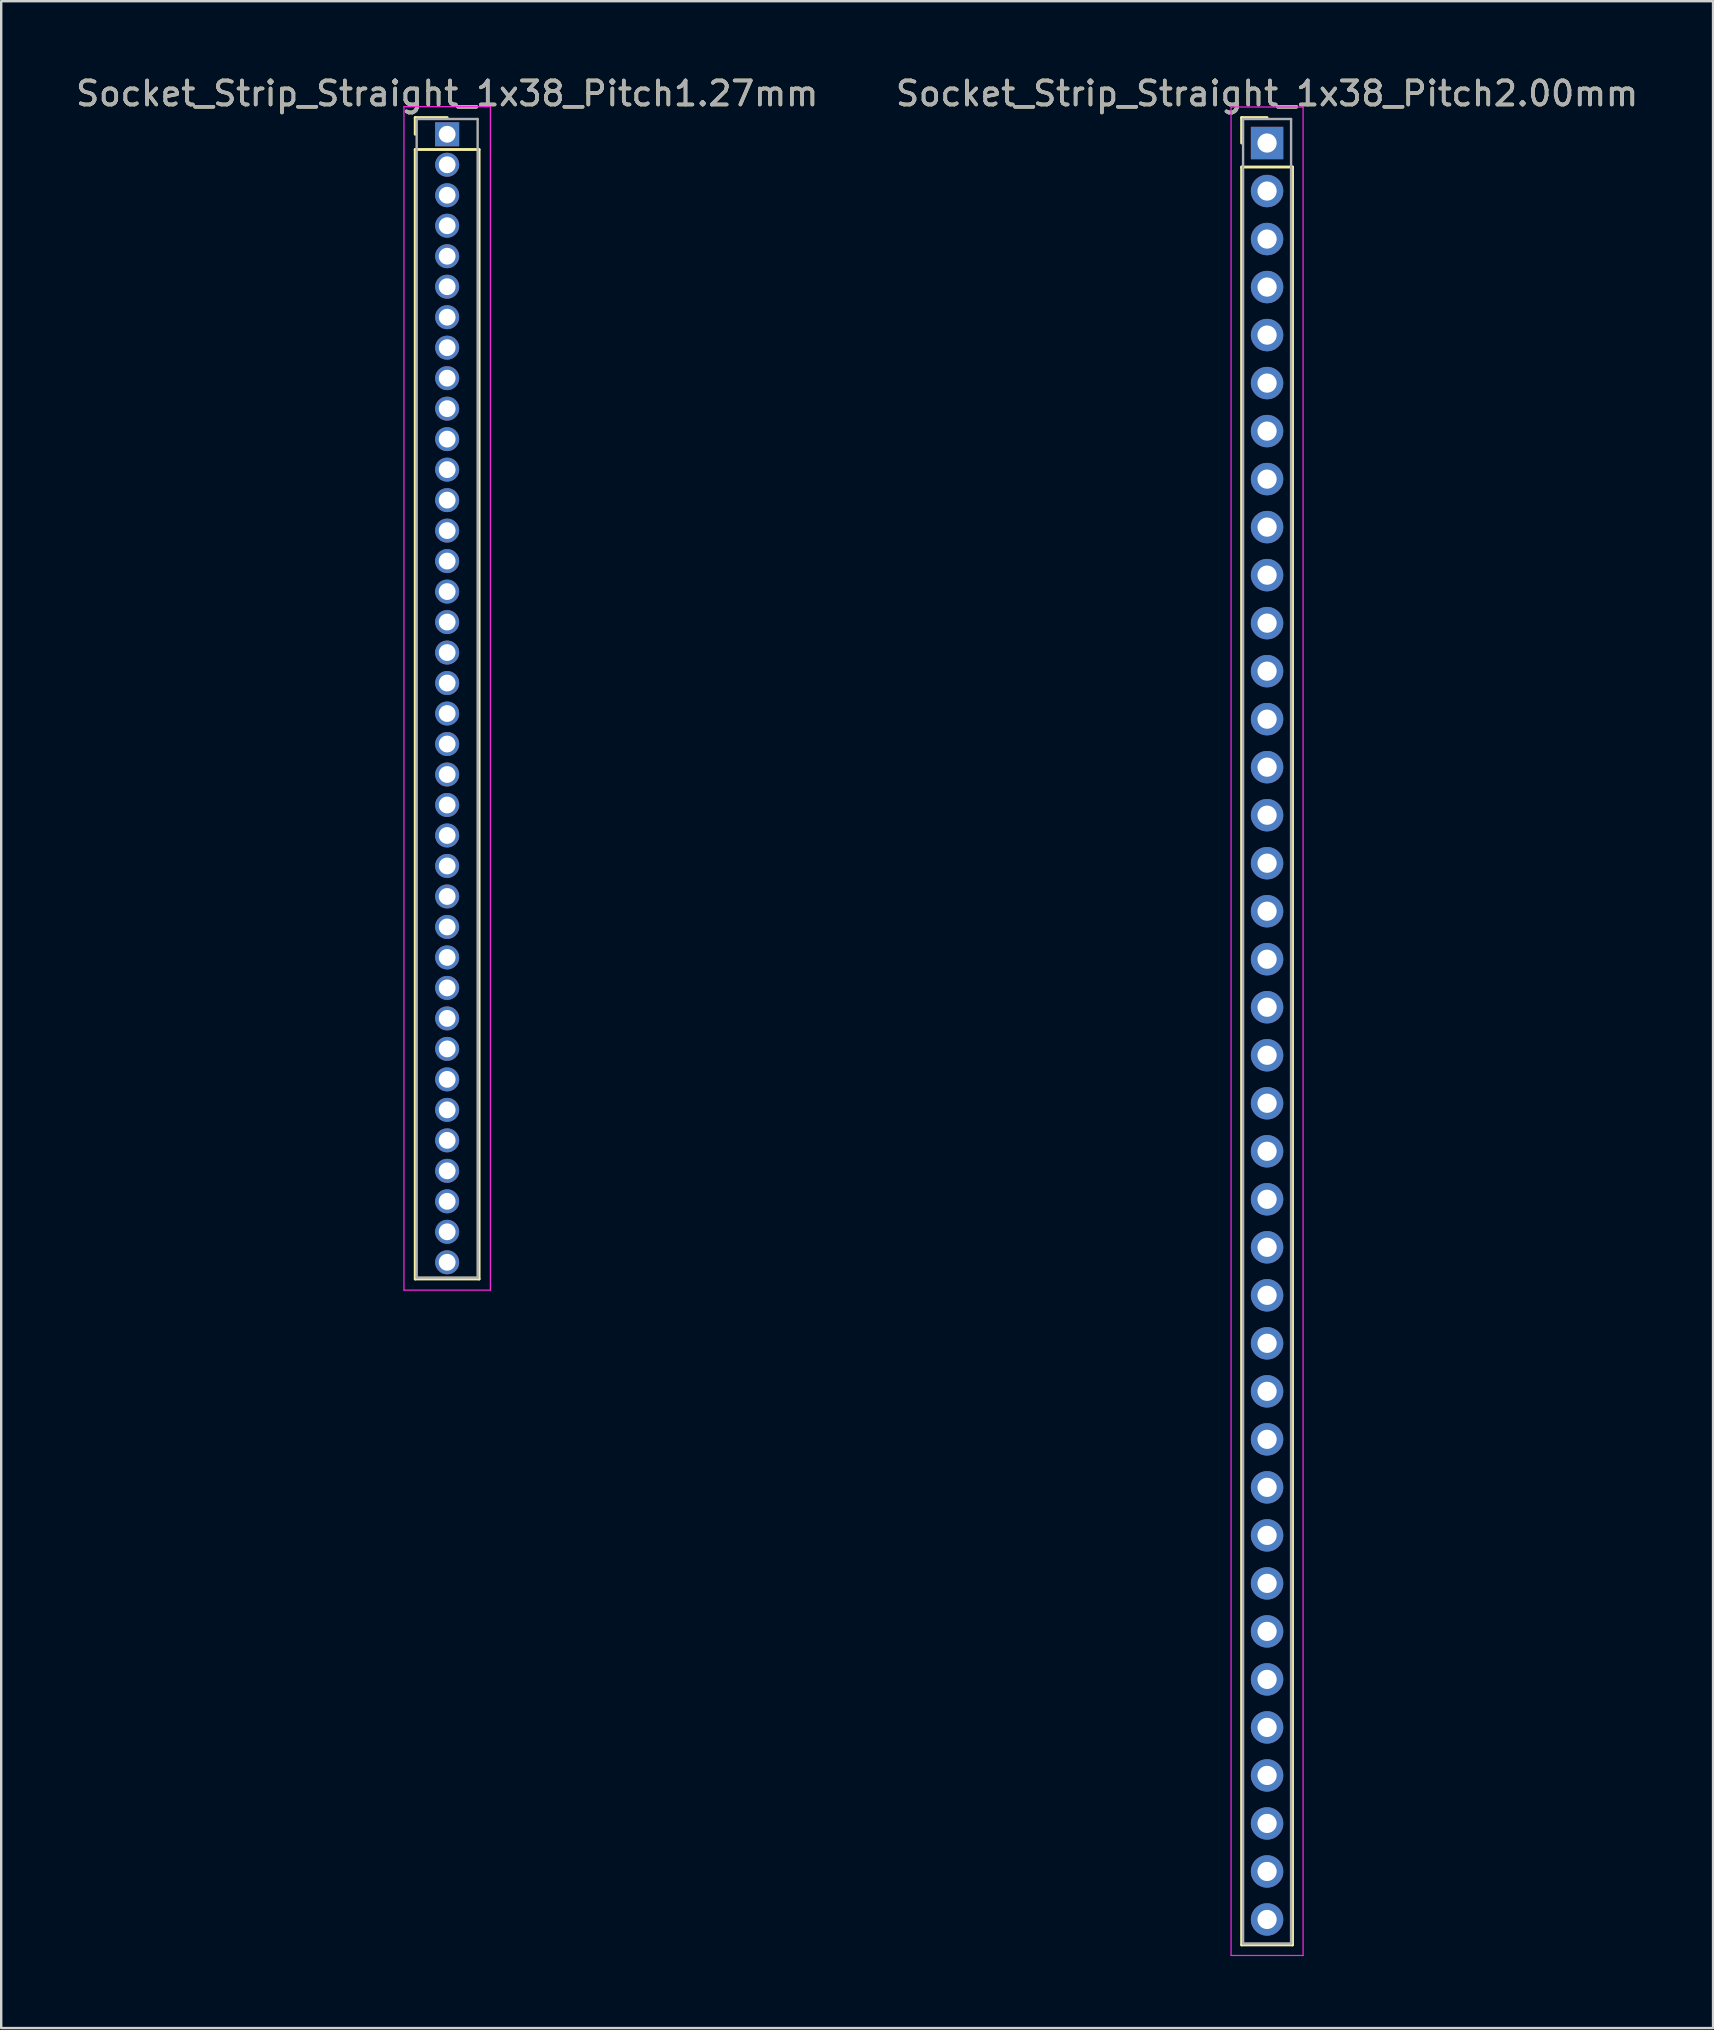
<source format=kicad_pcb>
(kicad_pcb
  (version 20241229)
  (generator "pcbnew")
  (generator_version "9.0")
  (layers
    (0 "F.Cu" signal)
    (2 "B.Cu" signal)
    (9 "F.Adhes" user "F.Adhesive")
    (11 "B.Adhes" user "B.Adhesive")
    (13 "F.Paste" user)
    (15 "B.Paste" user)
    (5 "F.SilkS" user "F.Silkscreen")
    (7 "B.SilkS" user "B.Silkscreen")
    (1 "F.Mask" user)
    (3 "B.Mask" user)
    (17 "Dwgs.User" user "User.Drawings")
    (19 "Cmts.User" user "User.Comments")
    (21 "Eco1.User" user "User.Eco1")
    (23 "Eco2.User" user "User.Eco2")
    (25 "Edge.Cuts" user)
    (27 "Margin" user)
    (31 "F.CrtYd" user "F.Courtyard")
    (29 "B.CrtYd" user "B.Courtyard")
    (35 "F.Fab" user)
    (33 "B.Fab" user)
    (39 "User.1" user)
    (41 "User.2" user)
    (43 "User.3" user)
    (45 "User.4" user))
  (footprint "Socket_Strip_Straight_1x38_Pitch2.00mm"
    (layer "F.Cu")
    (at 49.732 2.908)
    (property "Reference" "Socket_Strip_Straight_1x38_Pitch2.00mm" (at 0 -2.06 0) (layer "F.SilkS") (effects (font (size 1 1) (thickness 0.15))))
    (attr through_hole)
    (fp_line (start -1.06 -1.06) (end 0 -1.06) (stroke (width 0.12) (type solid)) (layer "F.SilkS"))
    (fp_line (start -1.06 0) (end -1.06 -1.06) (stroke (width 0.12) (type solid)) (layer "F.SilkS"))
    (fp_line (start -1.06 1) (end -1.06 75.06) (stroke (width 0.12) (type solid)) (layer "F.SilkS"))
    (fp_line (start -1.06 75.06) (end 1.06 75.06) (stroke (width 0.12) (type solid)) (layer "F.SilkS"))
    (fp_line (start 1.06 1) (end -1.06 1) (stroke (width 0.12) (type solid)) (layer "F.SilkS"))
    (fp_line (start 1.06 75.06) (end 1.06 1) (stroke (width 0.12) (type solid)) (layer "F.SilkS"))
    (fp_line (start -1.5 -1.5) (end -1.5 75.5) (stroke (width 0.05) (type solid)) (layer "F.CrtYd"))
    (fp_line (start -1.5 75.5) (end 1.5 75.5) (stroke (width 0.05) (type solid)) (layer "F.CrtYd"))
    (fp_line (start 1.5 -1.5) (end -1.5 -1.5) (stroke (width 0.05) (type solid)) (layer "F.CrtYd"))
    (fp_line (start 1.5 75.5) (end 1.5 -1.5) (stroke (width 0.05) (type solid)) (layer "F.CrtYd"))
    (fp_line (start -1 -1) (end -1 75) (stroke (width 0.1) (type solid)) (layer "F.Fab"))
    (fp_line (start -1 75) (end 1 75) (stroke (width 0.1) (type solid)) (layer "F.Fab"))
    (fp_line (start 1 -1) (end -1 -1) (stroke (width 0.1) (type solid)) (layer "F.Fab"))
    (fp_line (start 1 75) (end 1 -1) (stroke (width 0.1) (type solid)) (layer "F.Fab"))
    (fp_text user "${REFERENCE}" (at 0 -2.06 0) (layer "F.Fab") (effects (font (size 1 1) (thickness 0.15))))
    (pad "1" thru_hole rect (at 0 0) (size 1.35 1.35) (drill 0.8) (layers "*.Cu" "*.Mask"))
    (pad "2" thru_hole oval (at 0 2) (size 1.35 1.35) (drill 0.8) (layers "*.Cu" "*.Mask"))
    (pad "3" thru_hole oval (at 0 4) (size 1.35 1.35) (drill 0.8) (layers "*.Cu" "*.Mask"))
    (pad "4" thru_hole oval (at 0 6) (size 1.35 1.35) (drill 0.8) (layers "*.Cu" "*.Mask"))
    (pad "5" thru_hole oval (at 0 8) (size 1.35 1.35) (drill 0.8) (layers "*.Cu" "*.Mask"))
    (pad "6" thru_hole oval (at 0 10) (size 1.35 1.35) (drill 0.8) (layers "*.Cu" "*.Mask"))
    (pad "7" thru_hole oval (at 0 12) (size 1.35 1.35) (drill 0.8) (layers "*.Cu" "*.Mask"))
    (pad "8" thru_hole oval (at 0 14) (size 1.35 1.35) (drill 0.8) (layers "*.Cu" "*.Mask"))
    (pad "9" thru_hole oval (at 0 16) (size 1.35 1.35) (drill 0.8) (layers "*.Cu" "*.Mask"))
    (pad "10" thru_hole oval (at 0 18) (size 1.35 1.35) (drill 0.8) (layers "*.Cu" "*.Mask"))
    (pad "11" thru_hole oval (at 0 20) (size 1.35 1.35) (drill 0.8) (layers "*.Cu" "*.Mask"))
    (pad "12" thru_hole oval (at 0 22) (size 1.35 1.35) (drill 0.8) (layers "*.Cu" "*.Mask"))
    (pad "13" thru_hole oval (at 0 24) (size 1.35 1.35) (drill 0.8) (layers "*.Cu" "*.Mask"))
    (pad "14" thru_hole oval (at 0 26) (size 1.35 1.35) (drill 0.8) (layers "*.Cu" "*.Mask"))
    (pad "15" thru_hole oval (at 0 28) (size 1.35 1.35) (drill 0.8) (layers "*.Cu" "*.Mask"))
    (pad "16" thru_hole oval (at 0 30) (size 1.35 1.35) (drill 0.8) (layers "*.Cu" "*.Mask"))
    (pad "17" thru_hole oval (at 0 32) (size 1.35 1.35) (drill 0.8) (layers "*.Cu" "*.Mask"))
    (pad "18" thru_hole oval (at 0 34) (size 1.35 1.35) (drill 0.8) (layers "*.Cu" "*.Mask"))
    (pad "19" thru_hole oval (at 0 36) (size 1.35 1.35) (drill 0.8) (layers "*.Cu" "*.Mask"))
    (pad "20" thru_hole oval (at 0 38) (size 1.35 1.35) (drill 0.8) (layers "*.Cu" "*.Mask"))
    (pad "21" thru_hole oval (at 0 40) (size 1.35 1.35) (drill 0.8) (layers "*.Cu" "*.Mask"))
    (pad "22" thru_hole oval (at 0 42) (size 1.35 1.35) (drill 0.8) (layers "*.Cu" "*.Mask"))
    (pad "23" thru_hole oval (at 0 44) (size 1.35 1.35) (drill 0.8) (layers "*.Cu" "*.Mask"))
    (pad "24" thru_hole oval (at 0 46) (size 1.35 1.35) (drill 0.8) (layers "*.Cu" "*.Mask"))
    (pad "25" thru_hole oval (at 0 48) (size 1.35 1.35) (drill 0.8) (layers "*.Cu" "*.Mask"))
    (pad "26" thru_hole oval (at 0 50) (size 1.35 1.35) (drill 0.8) (layers "*.Cu" "*.Mask"))
    (pad "27" thru_hole oval (at 0 52) (size 1.35 1.35) (drill 0.8) (layers "*.Cu" "*.Mask"))
    (pad "28" thru_hole oval (at 0 54) (size 1.35 1.35) (drill 0.8) (layers "*.Cu" "*.Mask"))
    (pad "29" thru_hole oval (at 0 56) (size 1.35 1.35) (drill 0.8) (layers "*.Cu" "*.Mask"))
    (pad "30" thru_hole oval (at 0 58) (size 1.35 1.35) (drill 0.8) (layers "*.Cu" "*.Mask"))
    (pad "31" thru_hole oval (at 0 60) (size 1.35 1.35) (drill 0.8) (layers "*.Cu" "*.Mask"))
    (pad "32" thru_hole oval (at 0 62) (size 1.35 1.35) (drill 0.8) (layers "*.Cu" "*.Mask"))
    (pad "33" thru_hole oval (at 0 64) (size 1.35 1.35) (drill 0.8) (layers "*.Cu" "*.Mask"))
    (pad "34" thru_hole oval (at 0 66) (size 1.35 1.35) (drill 0.8) (layers "*.Cu" "*.Mask"))
    (pad "35" thru_hole oval (at 0 68) (size 1.35 1.35) (drill 0.8) (layers "*.Cu" "*.Mask"))
    (pad "36" thru_hole oval (at 0 70) (size 1.35 1.35) (drill 0.8) (layers "*.Cu" "*.Mask"))
    (pad "37" thru_hole oval (at 0 72) (size 1.35 1.35) (drill 0.8) (layers "*.Cu" "*.Mask"))
    (pad "38" thru_hole oval (at 0 74) (size 1.35 1.35) (drill 0.8) (layers "*.Cu" "*.Mask")))
  (footprint "Socket_Strip_Straight_1x38_Pitch1.27mm"
    (layer "F.Cu")
    (at 15.577 2.543)
    (property "Reference" "Socket_Strip_Straight_1x38_Pitch1.27mm" (at 0 -1.695 0) (layer "F.SilkS") (effects (font (size 1 1) (thickness 0.15))))
    (attr through_hole)
    (fp_line (start -1.33 -0.695) (end 0 -0.695) (stroke (width 0.12) (type solid)) (layer "F.SilkS"))
    (fp_line (start -1.33 0) (end -1.33 -0.695) (stroke (width 0.12) (type solid)) (layer "F.SilkS"))
    (fp_line (start -1.33 0.635) (end -1.33 47.685) (stroke (width 0.12) (type solid)) (layer "F.SilkS"))
    (fp_line (start -1.33 47.685) (end 1.33 47.685) (stroke (width 0.12) (type solid)) (layer "F.SilkS"))
    (fp_line (start 1.33 0.635) (end -1.33 0.635) (stroke (width 0.12) (type solid)) (layer "F.SilkS"))
    (fp_line (start 1.33 47.685) (end 1.33 0.635) (stroke (width 0.12) (type solid)) (layer "F.SilkS"))
    (fp_line (start -1.8 -1.15) (end -1.8 48.15) (stroke (width 0.05) (type solid)) (layer "F.CrtYd"))
    (fp_line (start -1.8 48.15) (end 1.8 48.15) (stroke (width 0.05) (type solid)) (layer "F.CrtYd"))
    (fp_line (start 1.8 -1.15) (end -1.8 -1.15) (stroke (width 0.05) (type solid)) (layer "F.CrtYd"))
    (fp_line (start 1.8 48.15) (end 1.8 -1.15) (stroke (width 0.05) (type solid)) (layer "F.CrtYd"))
    (fp_line (start -1.27 -0.635) (end -1.27 47.625) (stroke (width 0.1) (type solid)) (layer "F.Fab"))
    (fp_line (start -1.27 47.625) (end 1.27 47.625) (stroke (width 0.1) (type solid)) (layer "F.Fab"))
    (fp_line (start 1.27 -0.635) (end -1.27 -0.635) (stroke (width 0.1) (type solid)) (layer "F.Fab"))
    (fp_line (start 1.27 47.625) (end 1.27 -0.635) (stroke (width 0.1) (type solid)) (layer "F.Fab"))
    (fp_text user "${REFERENCE}" (at 0 -1.695 0) (layer "F.Fab") (effects (font (size 1 1) (thickness 0.15))))
    (pad "1" thru_hole rect (at 0 0) (size 1 1) (drill 0.7) (layers "*.Cu" "*.Mask"))
    (pad "2" thru_hole oval (at 0 1.27) (size 1 1) (drill 0.7) (layers "*.Cu" "*.Mask"))
    (pad "3" thru_hole oval (at 0 2.54) (size 1 1) (drill 0.7) (layers "*.Cu" "*.Mask"))
    (pad "4" thru_hole oval (at 0 3.81) (size 1 1) (drill 0.7) (layers "*.Cu" "*.Mask"))
    (pad "5" thru_hole oval (at 0 5.08) (size 1 1) (drill 0.7) (layers "*.Cu" "*.Mask"))
    (pad "6" thru_hole oval (at 0 6.35) (size 1 1) (drill 0.7) (layers "*.Cu" "*.Mask"))
    (pad "7" thru_hole oval (at 0 7.62) (size 1 1) (drill 0.7) (layers "*.Cu" "*.Mask"))
    (pad "8" thru_hole oval (at 0 8.89) (size 1 1) (drill 0.7) (layers "*.Cu" "*.Mask"))
    (pad "9" thru_hole oval (at 0 10.16) (size 1 1) (drill 0.7) (layers "*.Cu" "*.Mask"))
    (pad "10" thru_hole oval (at 0 11.43) (size 1 1) (drill 0.7) (layers "*.Cu" "*.Mask"))
    (pad "11" thru_hole oval (at 0 12.7) (size 1 1) (drill 0.7) (layers "*.Cu" "*.Mask"))
    (pad "12" thru_hole oval (at 0 13.97) (size 1 1) (drill 0.7) (layers "*.Cu" "*.Mask"))
    (pad "13" thru_hole oval (at 0 15.24) (size 1 1) (drill 0.7) (layers "*.Cu" "*.Mask"))
    (pad "14" thru_hole oval (at 0 16.51) (size 1 1) (drill 0.7) (layers "*.Cu" "*.Mask"))
    (pad "15" thru_hole oval (at 0 17.78) (size 1 1) (drill 0.7) (layers "*.Cu" "*.Mask"))
    (pad "16" thru_hole oval (at 0 19.05) (size 1 1) (drill 0.7) (layers "*.Cu" "*.Mask"))
    (pad "17" thru_hole oval (at 0 20.32) (size 1 1) (drill 0.7) (layers "*.Cu" "*.Mask"))
    (pad "18" thru_hole oval (at 0 21.59) (size 1 1) (drill 0.7) (layers "*.Cu" "*.Mask"))
    (pad "19" thru_hole oval (at 0 22.86) (size 1 1) (drill 0.7) (layers "*.Cu" "*.Mask"))
    (pad "20" thru_hole oval (at 0 24.13) (size 1 1) (drill 0.7) (layers "*.Cu" "*.Mask"))
    (pad "21" thru_hole oval (at 0 25.4) (size 1 1) (drill 0.7) (layers "*.Cu" "*.Mask"))
    (pad "22" thru_hole oval (at 0 26.67) (size 1 1) (drill 0.7) (layers "*.Cu" "*.Mask"))
    (pad "23" thru_hole oval (at 0 27.94) (size 1 1) (drill 0.7) (layers "*.Cu" "*.Mask"))
    (pad "24" thru_hole oval (at 0 29.21) (size 1 1) (drill 0.7) (layers "*.Cu" "*.Mask"))
    (pad "25" thru_hole oval (at 0 30.48) (size 1 1) (drill 0.7) (layers "*.Cu" "*.Mask"))
    (pad "26" thru_hole oval (at 0 31.75) (size 1 1) (drill 0.7) (layers "*.Cu" "*.Mask"))
    (pad "27" thru_hole oval (at 0 33.02) (size 1 1) (drill 0.7) (layers "*.Cu" "*.Mask"))
    (pad "28" thru_hole oval (at 0 34.29) (size 1 1) (drill 0.7) (layers "*.Cu" "*.Mask"))
    (pad "29" thru_hole oval (at 0 35.56) (size 1 1) (drill 0.7) (layers "*.Cu" "*.Mask"))
    (pad "30" thru_hole oval (at 0 36.83) (size 1 1) (drill 0.7) (layers "*.Cu" "*.Mask"))
    (pad "31" thru_hole oval (at 0 38.1) (size 1 1) (drill 0.7) (layers "*.Cu" "*.Mask"))
    (pad "32" thru_hole oval (at 0 39.37) (size 1 1) (drill 0.7) (layers "*.Cu" "*.Mask"))
    (pad "33" thru_hole oval (at 0 40.64) (size 1 1) (drill 0.7) (layers "*.Cu" "*.Mask"))
    (pad "34" thru_hole oval (at 0 41.91) (size 1 1) (drill 0.7) (layers "*.Cu" "*.Mask"))
    (pad "35" thru_hole oval (at 0 43.18) (size 1 1) (drill 0.7) (layers "*.Cu" "*.Mask"))
    (pad "36" thru_hole oval (at 0 44.45) (size 1 1) (drill 0.7) (layers "*.Cu" "*.Mask"))
    (pad "37" thru_hole oval (at 0 45.72) (size 1 1) (drill 0.7) (layers "*.Cu" "*.Mask"))
    (pad "38" thru_hole oval (at 0 46.99) (size 1 1) (drill 0.7) (layers "*.Cu" "*.Mask")))
  (gr_rect
    (start -3 -3)
    (end 68.31 81.433)
    (stroke (width 0.1) (type default))
    (fill no)
    (layer "Edge.Cuts")))
</source>
